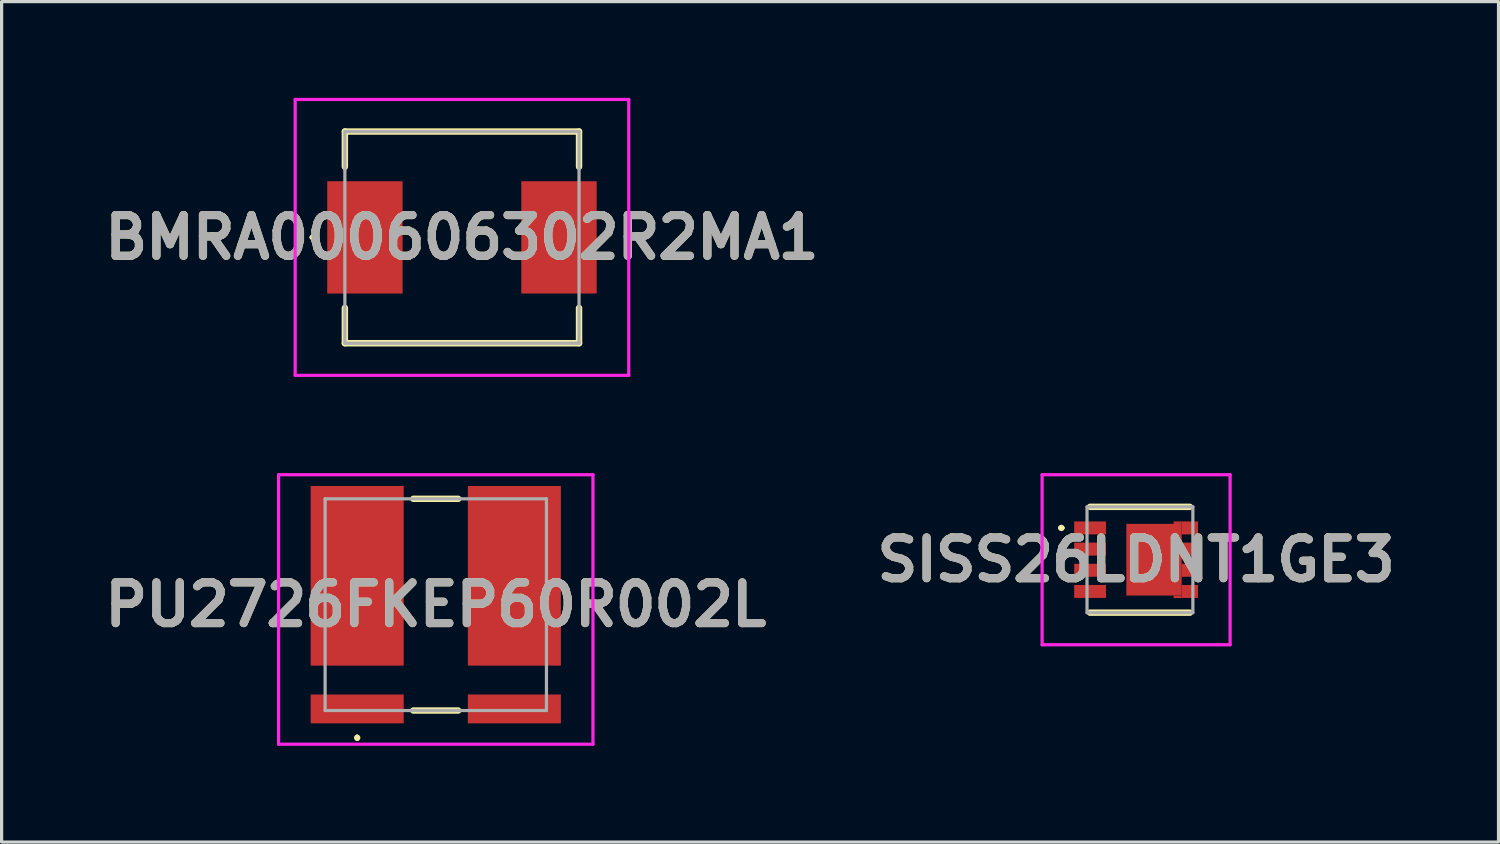
<source format=kicad_pcb>
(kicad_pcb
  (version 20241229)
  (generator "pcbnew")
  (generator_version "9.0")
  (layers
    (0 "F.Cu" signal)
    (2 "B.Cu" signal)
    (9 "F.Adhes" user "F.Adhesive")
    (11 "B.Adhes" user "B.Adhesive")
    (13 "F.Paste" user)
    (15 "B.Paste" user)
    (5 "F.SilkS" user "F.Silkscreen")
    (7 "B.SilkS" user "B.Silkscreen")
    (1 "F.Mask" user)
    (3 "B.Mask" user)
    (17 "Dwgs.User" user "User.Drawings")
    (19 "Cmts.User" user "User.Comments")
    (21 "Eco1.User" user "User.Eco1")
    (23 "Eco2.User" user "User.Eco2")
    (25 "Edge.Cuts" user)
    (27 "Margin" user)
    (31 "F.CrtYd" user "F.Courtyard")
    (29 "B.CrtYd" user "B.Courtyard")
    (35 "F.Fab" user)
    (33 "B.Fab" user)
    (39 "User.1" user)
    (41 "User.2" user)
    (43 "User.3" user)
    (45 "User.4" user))
  (footprint "SISS26LDNT1GE3"
    (layer "F.Cu")
    (at 32.487 14.4)
    (property "Reference" "SISS26LDNT1GE3" (at -0.12 0 0) (layer "F.SilkS") (effects (font (size 1.27 1.27) (thickness 0.254))))
    (attr smd)
    (fp_line (start -2.5 -0.992) (end -2.5 -0.992) (stroke (width 0.1) (type solid)) (layer "F.SilkS"))
    (fp_line (start -2.4 -0.992) (end -2.4 -0.992) (stroke (width 0.1) (type solid)) (layer "F.SilkS"))
    (fp_line (start -1.555 -1.65) (end 1.555 -1.65) (stroke (width 0.2) (type solid)) (layer "F.SilkS"))
    (fp_line (start -1.555 1.65) (end 1.555 1.65) (stroke (width 0.2) (type solid)) (layer "F.SilkS"))
    (fp_arc (start -2.5 -0.992) (mid -2.45 -1.042) (end -2.4 -0.992) (stroke (width 0.1) (type solid)) (layer "F.SilkS"))
    (fp_arc (start -2.4 -0.992) (mid -2.45 -0.942) (end -2.5 -0.992) (stroke (width 0.1) (type solid)) (layer "F.SilkS"))
    (fp_line (start -3.05 -2.65) (end 2.81 -2.65) (stroke (width 0.1) (type solid)) (layer "F.CrtYd"))
    (fp_line (start -3.05 2.65) (end -3.05 -2.65) (stroke (width 0.1) (type solid)) (layer "F.CrtYd"))
    (fp_line (start 2.81 -2.65) (end 2.81 2.65) (stroke (width 0.1) (type solid)) (layer "F.CrtYd"))
    (fp_line (start 2.81 2.65) (end -3.05 2.65) (stroke (width 0.1) (type solid)) (layer "F.CrtYd"))
    (fp_line (start -1.65 -1.65) (end 1.65 -1.65) (stroke (width 0.1) (type solid)) (layer "F.Fab"))
    (fp_line (start -1.65 1.65) (end -1.65 -1.65) (stroke (width 0.1) (type solid)) (layer "F.Fab"))
    (fp_line (start 1.65 -1.65) (end 1.65 1.65) (stroke (width 0.1) (type solid)) (layer "F.Fab"))
    (fp_line (start 1.65 1.65) (end -1.65 1.65) (stroke (width 0.1) (type solid)) (layer "F.Fab"))
    (fp_text user "${REFERENCE}" (at -0.12 0 0) (layer "F.Fab") (effects (font (size 1.27 1.27) (thickness 0.254))))
    (pad "1" smd rect (at -1.555 -0.992 90) (size 0.405 0.99) (layers "F.Cu" "F.Mask" "F.Paste"))
    (pad "2" smd rect (at -1.555 -0.332 90) (size 0.405 0.99) (layers "F.Cu" "F.Mask" "F.Paste"))
    (pad "3" smd rect (at -1.555 0.328 90) (size 0.405 0.99) (layers "F.Cu" "F.Mask" "F.Paste"))
    (pad "4" smd rect (at -1.555 0.988 90) (size 0.405 0.99) (layers "F.Cu" "F.Mask" "F.Paste"))
    (pad "5" smd rect (at 1.555 0.988 90) (size 0.405 0.51) (layers "F.Cu" "F.Mask" "F.Paste"))
    (pad "6" smd rect (at 1.555 0.328 90) (size 0.405 0.51) (layers "F.Cu" "F.Mask" "F.Paste"))
    (pad "7" smd rect (at 1.555 -0.332 90) (size 0.405 0.51) (layers "F.Cu" "F.Mask" "F.Paste"))
    (pad "8" smd rect (at 1.555 -0.992 90) (size 0.405 0.51) (layers "F.Cu" "F.Mask" "F.Paste"))
    (pad "9" smd rect (at 0.438 -0.002) (size 1.725 2.235) (layers "F.Cu" "F.Mask" "F.Paste"))
    (pad "10" smd rect (at 1.175 1.156 90) (size 0.078 0.25) (layers "F.Cu" "F.Mask" "F.Paste"))
    (pad "11" smd rect (at 1.175 -1.156 90) (size 0.078 0.25) (layers "F.Cu" "F.Mask" "F.Paste")))
  (footprint "BMRA000606302R2MA1"
    (layer "F.Cu")
    (at 11.351 4.35)
    (property "Reference" "BMRA000606302R2MA1" (at 0 0 0) (layer "F.SilkS") (effects (font (size 1.27 1.27) (thickness 0.254))))
    (attr smd)
    (fp_line (start -4.7 0) (end -4.7 0) (stroke (width 0.1) (type solid)) (layer "F.SilkS"))
    (fp_line (start -4.6 0) (end -4.6 0) (stroke (width 0.1) (type solid)) (layer "F.SilkS"))
    (fp_line (start -3.65 -3.3) (end 3.65 -3.3) (stroke (width 0.2) (type solid)) (layer "F.SilkS"))
    (fp_line (start -3.65 -2.2) (end -3.65 -3.3) (stroke (width 0.2) (type solid)) (layer "F.SilkS"))
    (fp_line (start -3.65 2.2) (end -3.65 3.3) (stroke (width 0.2) (type solid)) (layer "F.SilkS"))
    (fp_line (start -3.65 3.3) (end 3.65 3.3) (stroke (width 0.2) (type solid)) (layer "F.SilkS"))
    (fp_line (start 3.65 -3.3) (end 3.65 -2.2) (stroke (width 0.2) (type solid)) (layer "F.SilkS"))
    (fp_line (start 3.65 3.3) (end 3.65 2.2) (stroke (width 0.2) (type solid)) (layer "F.SilkS"))
    (fp_arc (start -4.7 0) (mid -4.65 -0.05) (end -4.6 0) (stroke (width 0.1) (type solid)) (layer "F.SilkS"))
    (fp_arc (start -4.6 0) (mid -4.65 0.05) (end -4.7 0) (stroke (width 0.1) (type solid)) (layer "F.SilkS"))
    (fp_line (start -5.2 -4.3) (end 5.2 -4.3) (stroke (width 0.1) (type solid)) (layer "F.CrtYd"))
    (fp_line (start -5.2 4.3) (end -5.2 -4.3) (stroke (width 0.1) (type solid)) (layer "F.CrtYd"))
    (fp_line (start 5.2 -4.3) (end 5.2 4.3) (stroke (width 0.1) (type solid)) (layer "F.CrtYd"))
    (fp_line (start 5.2 4.3) (end -5.2 4.3) (stroke (width 0.1) (type solid)) (layer "F.CrtYd"))
    (fp_line (start -3.65 -3.3) (end 3.65 -3.3) (stroke (width 0.1) (type solid)) (layer "F.Fab"))
    (fp_line (start -3.65 3.3) (end -3.65 -3.3) (stroke (width 0.1) (type solid)) (layer "F.Fab"))
    (fp_line (start 3.65 -3.3) (end 3.65 3.3) (stroke (width 0.1) (type solid)) (layer "F.Fab"))
    (fp_line (start 3.65 3.3) (end -3.65 3.3) (stroke (width 0.1) (type solid)) (layer "F.Fab"))
    (fp_text user "${REFERENCE}" (at 0 0 0) (layer "F.Fab") (effects (font (size 1.27 1.27) (thickness 0.254))))
    (pad "1" smd rect (at -3.025 0) (size 2.35 3.5) (layers "F.Cu" "F.Mask" "F.Paste"))
    (pad "2" smd rect (at 3.025 0) (size 2.35 3.5) (layers "F.Cu" "F.Mask" "F.Paste")))
  (footprint "PU2726FKEP60R002L"
    (layer "F.Cu")
    (at 10.535 15.8)
    (property "Reference" "PU2726FKEP60R002L" (at 0 0 0) (layer "F.SilkS") (effects (font (size 1.27 1.27) (thickness 0.254))))
    (attr smd)
    (fp_line (start -2.45 4.1) (end -2.45 4.1) (stroke (width 0.1) (type solid)) (layer "F.SilkS"))
    (fp_line (start -2.45 4.2) (end -2.45 4.2) (stroke (width 0.1) (type solid)) (layer "F.SilkS"))
    (fp_line (start -0.7 -3.3) (end 0.7 -3.3) (stroke (width 0.2) (type solid)) (layer "F.SilkS"))
    (fp_line (start -0.7 3.3) (end 0.7 3.3) (stroke (width 0.2) (type solid)) (layer "F.SilkS"))
    (fp_arc (start -2.45 4.1) (mid -2.4 4.15) (end -2.45 4.2) (stroke (width 0.1) (type solid)) (layer "F.SilkS"))
    (fp_arc (start -2.45 4.2) (mid -2.5 4.15) (end -2.45 4.1) (stroke (width 0.1) (type solid)) (layer "F.SilkS"))
    (fp_line (start -4.9 -4.05) (end 4.9 -4.05) (stroke (width 0.1) (type solid)) (layer "F.CrtYd"))
    (fp_line (start -4.9 4.35) (end -4.9 -4.05) (stroke (width 0.1) (type solid)) (layer "F.CrtYd"))
    (fp_line (start 4.9 -4.05) (end 4.9 4.35) (stroke (width 0.1) (type solid)) (layer "F.CrtYd"))
    (fp_line (start 4.9 4.35) (end -4.9 4.35) (stroke (width 0.1) (type solid)) (layer "F.CrtYd"))
    (fp_line (start -3.45 -3.3) (end 3.45 -3.3) (stroke (width 0.1) (type solid)) (layer "F.Fab"))
    (fp_line (start -3.45 3.3) (end -3.45 -3.3) (stroke (width 0.1) (type solid)) (layer "F.Fab"))
    (fp_line (start 3.45 -3.3) (end 3.45 3.3) (stroke (width 0.1) (type solid)) (layer "F.Fab"))
    (fp_line (start 3.45 3.3) (end -3.45 3.3) (stroke (width 0.1) (type solid)) (layer "F.Fab"))
    (fp_text user "${REFERENCE}" (at 0 0 0) (layer "F.Fab") (effects (font (size 1.27 1.27) (thickness 0.254))))
    (pad "1" smd rect (at -2.45 3.25 90) (size 0.9 2.9) (layers "F.Cu" "F.Mask" "F.Paste"))
    (pad "2" smd rect (at 2.45 3.25 90) (size 0.9 2.9) (layers "F.Cu" "F.Mask" "F.Paste"))
    (pad "3" smd rect (at 2.45 -0.9) (size 2.9 5.6) (layers "F.Cu" "F.Mask" "F.Paste"))
    (pad "4" smd rect (at -2.45 -0.9) (size 2.9 5.6) (layers "F.Cu" "F.Mask" "F.Paste")))
  (gr_rect
    (start -3 -3)
    (end 43.665 23.2)
    (stroke (width 0.1) (type default))
    (fill no)
    (layer "Edge.Cuts")))
</source>
